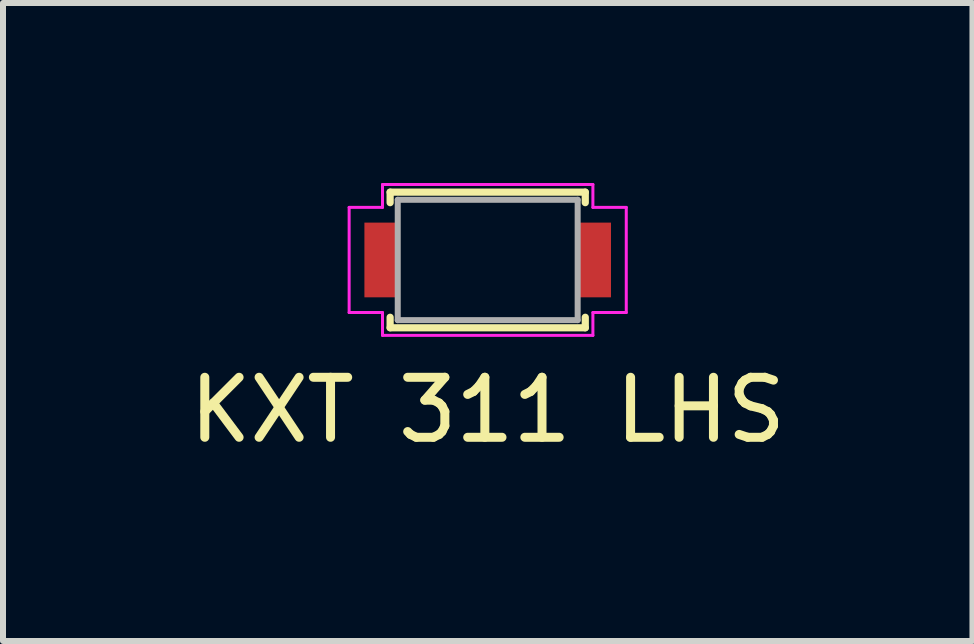
<source format=kicad_pcb>
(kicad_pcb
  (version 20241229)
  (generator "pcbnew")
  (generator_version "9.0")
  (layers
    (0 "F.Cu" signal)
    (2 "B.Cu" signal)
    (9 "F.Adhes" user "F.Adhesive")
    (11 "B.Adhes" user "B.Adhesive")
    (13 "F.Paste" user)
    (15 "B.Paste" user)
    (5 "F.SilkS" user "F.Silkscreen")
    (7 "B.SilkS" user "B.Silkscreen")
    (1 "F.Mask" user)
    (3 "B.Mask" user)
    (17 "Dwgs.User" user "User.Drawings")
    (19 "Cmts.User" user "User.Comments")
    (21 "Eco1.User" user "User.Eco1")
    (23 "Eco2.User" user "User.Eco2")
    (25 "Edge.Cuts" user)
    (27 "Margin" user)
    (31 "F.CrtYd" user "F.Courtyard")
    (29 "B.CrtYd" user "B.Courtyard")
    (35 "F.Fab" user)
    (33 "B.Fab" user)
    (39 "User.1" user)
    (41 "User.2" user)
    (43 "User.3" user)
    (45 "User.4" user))
  (footprint "KXT 311 LHS"
    (layer "F.Cu")
    (at 5.077 1.282)
    (property "Reference" "KXT 311 LHS" (at 0 2.5 0) (layer "F.SilkS") (effects (font (size 1 1) (thickness 0.15))))
    (attr through_hole)
    (fp_line (start -1.626 -1.13) (end -1.626 -0.955) (stroke (width 0.12) (type solid)) (layer "F.SilkS"))
    (fp_line (start -1.626 0.955) (end -1.626 1.13) (stroke (width 0.12) (type solid)) (layer "F.SilkS"))
    (fp_line (start -1.626 1.13) (end 1.626 1.13) (stroke (width 0.12) (type solid)) (layer "F.SilkS"))
    (fp_line (start 1.626 -1.13) (end -1.626 -1.13) (stroke (width 0.12) (type solid)) (layer "F.SilkS"))
    (fp_line (start 1.626 -0.955) (end 1.626 -1.13) (stroke (width 0.12) (type solid)) (layer "F.SilkS"))
    (fp_line (start 1.626 1.13) (end 1.626 0.955) (stroke (width 0.12) (type solid)) (layer "F.SilkS"))
    (fp_line (start -2.309 -0.876) (end -1.753 -0.876) (stroke (width 0.05) (type solid)) (layer "F.CrtYd"))
    (fp_line (start -2.309 0.876) (end -2.309 -0.876) (stroke (width 0.05) (type solid)) (layer "F.CrtYd"))
    (fp_line (start -2.309 0.876) (end -1.753 0.876) (stroke (width 0.05) (type solid)) (layer "F.CrtYd"))
    (fp_line (start -1.753 -1.257) (end 1.753 -1.257) (stroke (width 0.05) (type solid)) (layer "F.CrtYd"))
    (fp_line (start -1.753 -0.876) (end -1.753 -1.257) (stroke (width 0.05) (type solid)) (layer "F.CrtYd"))
    (fp_line (start -1.753 1.257) (end -1.753 0.876) (stroke (width 0.05) (type solid)) (layer "F.CrtYd"))
    (fp_line (start 1.753 -1.257) (end 1.753 -0.876) (stroke (width 0.05) (type solid)) (layer "F.CrtYd"))
    (fp_line (start 1.753 0.876) (end 1.753 1.257) (stroke (width 0.05) (type solid)) (layer "F.CrtYd"))
    (fp_line (start 1.753 1.257) (end -1.753 1.257) (stroke (width 0.05) (type solid)) (layer "F.CrtYd"))
    (fp_line (start 2.309 -0.876) (end 1.753 -0.876) (stroke (width 0.05) (type solid)) (layer "F.CrtYd"))
    (fp_line (start 2.309 -0.876) (end 2.309 0.876) (stroke (width 0.05) (type solid)) (layer "F.CrtYd"))
    (fp_line (start 2.309 0.876) (end 1.753 0.876) (stroke (width 0.05) (type solid)) (layer "F.CrtYd"))
    (fp_line (start -1.499 -1.003) (end -1.499 1.003) (stroke (width 0.1) (type solid)) (layer "F.Fab"))
    (fp_line (start -1.499 1.003) (end 1.499 1.003) (stroke (width 0.1) (type solid)) (layer "F.Fab"))
    (fp_line (start 1.499 -1.003) (end -1.499 -1.003) (stroke (width 0.1) (type solid)) (layer "F.Fab"))
    (fp_line (start 1.499 1.003) (end 1.499 -1.003) (stroke (width 0.1) (type solid)) (layer "F.Fab"))
    (pad "1" smd rect (at -1.775 0) (size 0.559 1.245) (layers "F.Cu" "F.Mask" "F.Paste"))
    (pad "2" smd rect (at 1.775 0) (size 0.559 1.245) (layers "F.Cu" "F.Mask" "F.Paste")))
  (gr_rect
    (start -3 -3)
    (end 13.155 7.631)
    (stroke (width 0.1) (type default))
    (fill no)
    (layer "Edge.Cuts")))
</source>
